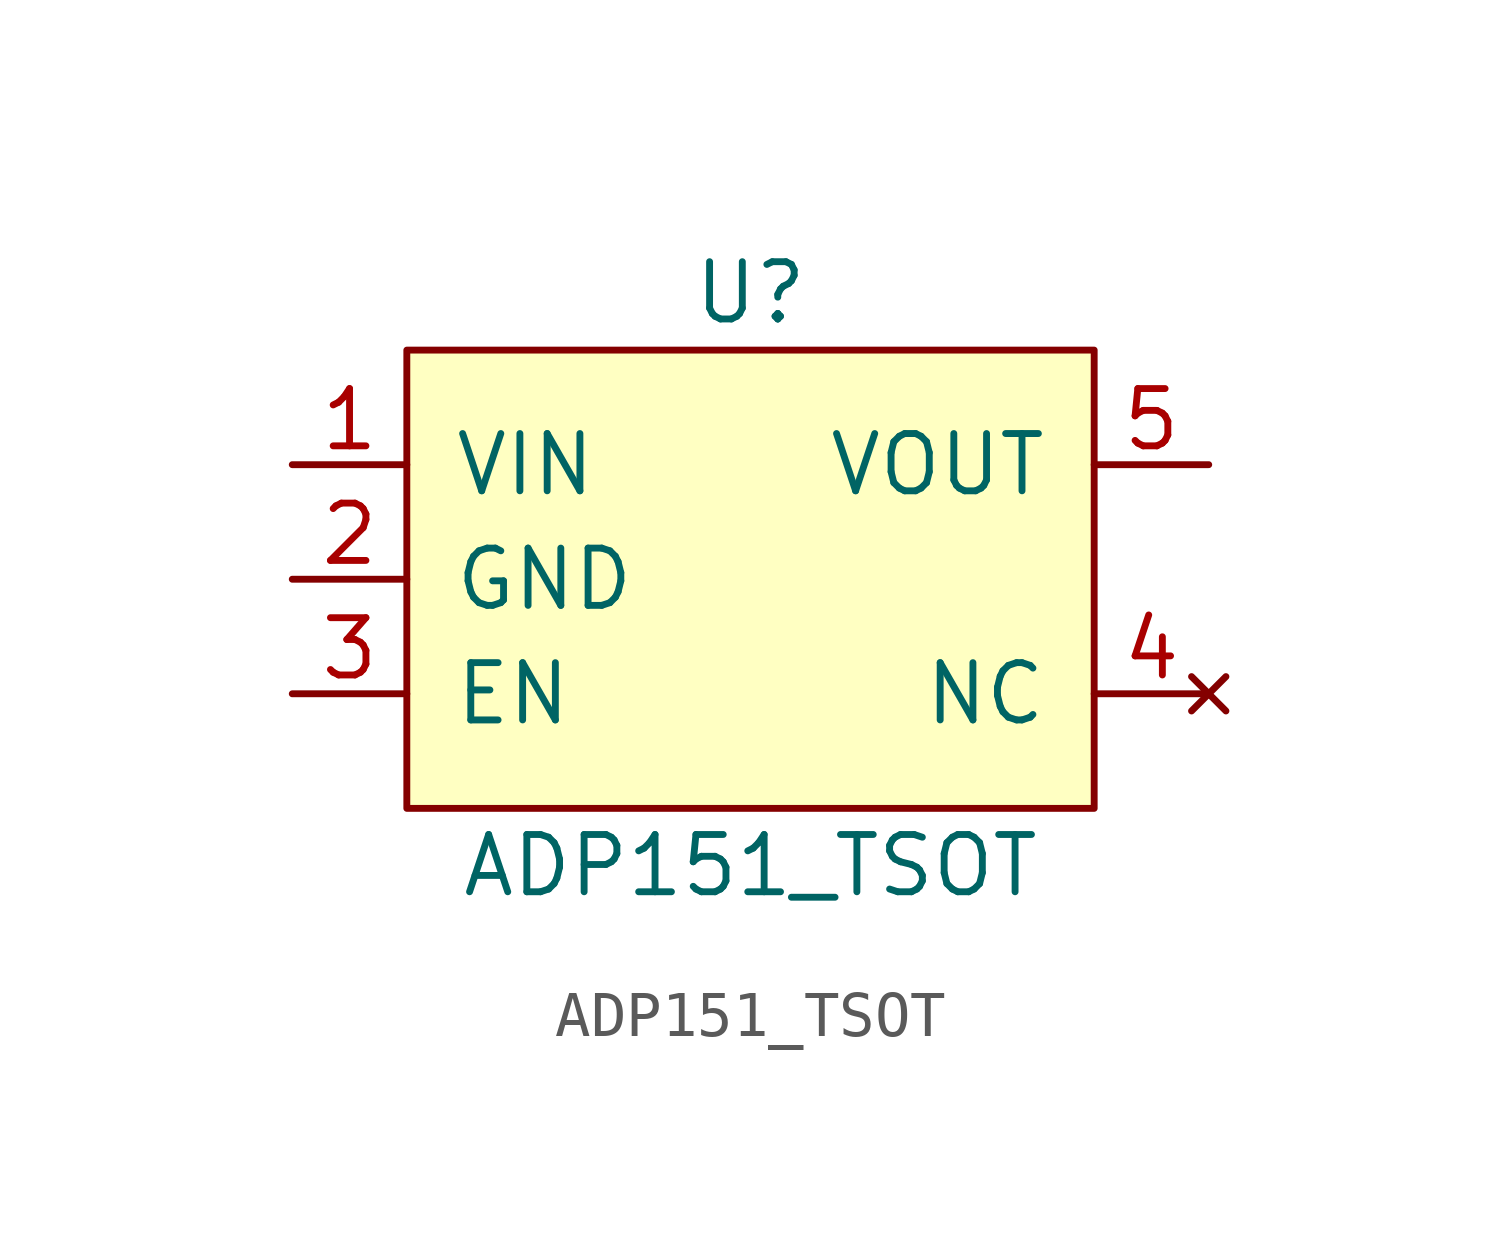
<source format=kicad_sym>
(kicad_symbol_lib
  (version 20211014)
  (generator kicad_symbol_editor)
  (symbol "ADP151_TSOT"
    (pin_names
      (offset 1.016))
    (property "Reference" "U"
      (at 0 6.35 0)
      (effects (font (size 1.27 1.27))))
    (property "Value" "ADP151_TSOT"
      (at 0 -6.35 0)
      (effects (font (size 1.27 1.27))))
    (symbol "ADP151_TSOT_0_1"
      (rectangle (start -7.62 5.08) (end 7.62 -5.08) (stroke (width 0) (type default) (color 0 0 0 0)) (fill (type background))))
    (symbol "ADP151_TSOT_1_1"
      (pin input line (at -10.16 2.54 0) (length 2.54) (name "VIN" (effects (font (size 1.27 1.27)))) (number "1" (effects (font (size 1.27 1.27)))))
      (pin input line (at -10.16 0 0) (length 2.54) (name "GND" (effects (font (size 1.27 1.27)))) (number "2" (effects (font (size 1.27 1.27)))))
      (pin input line (at -10.16 -2.54 0) (length 2.54) (name "EN" (effects (font (size 1.27 1.27)))) (number "3" (effects (font (size 1.27 1.27)))))
      (pin no_connect line (at 10.16 -2.54 180) (length 2.54) (name "NC" (effects (font (size 1.27 1.27)))) (number "4" (effects (font (size 1.27 1.27)))))
      (pin input line (at 10.16 2.54 180) (length 2.54) (name "VOUT" (effects (font (size 1.27 1.27)))) (number "5" (effects (font (size 1.27 1.27))))))))
</source>
